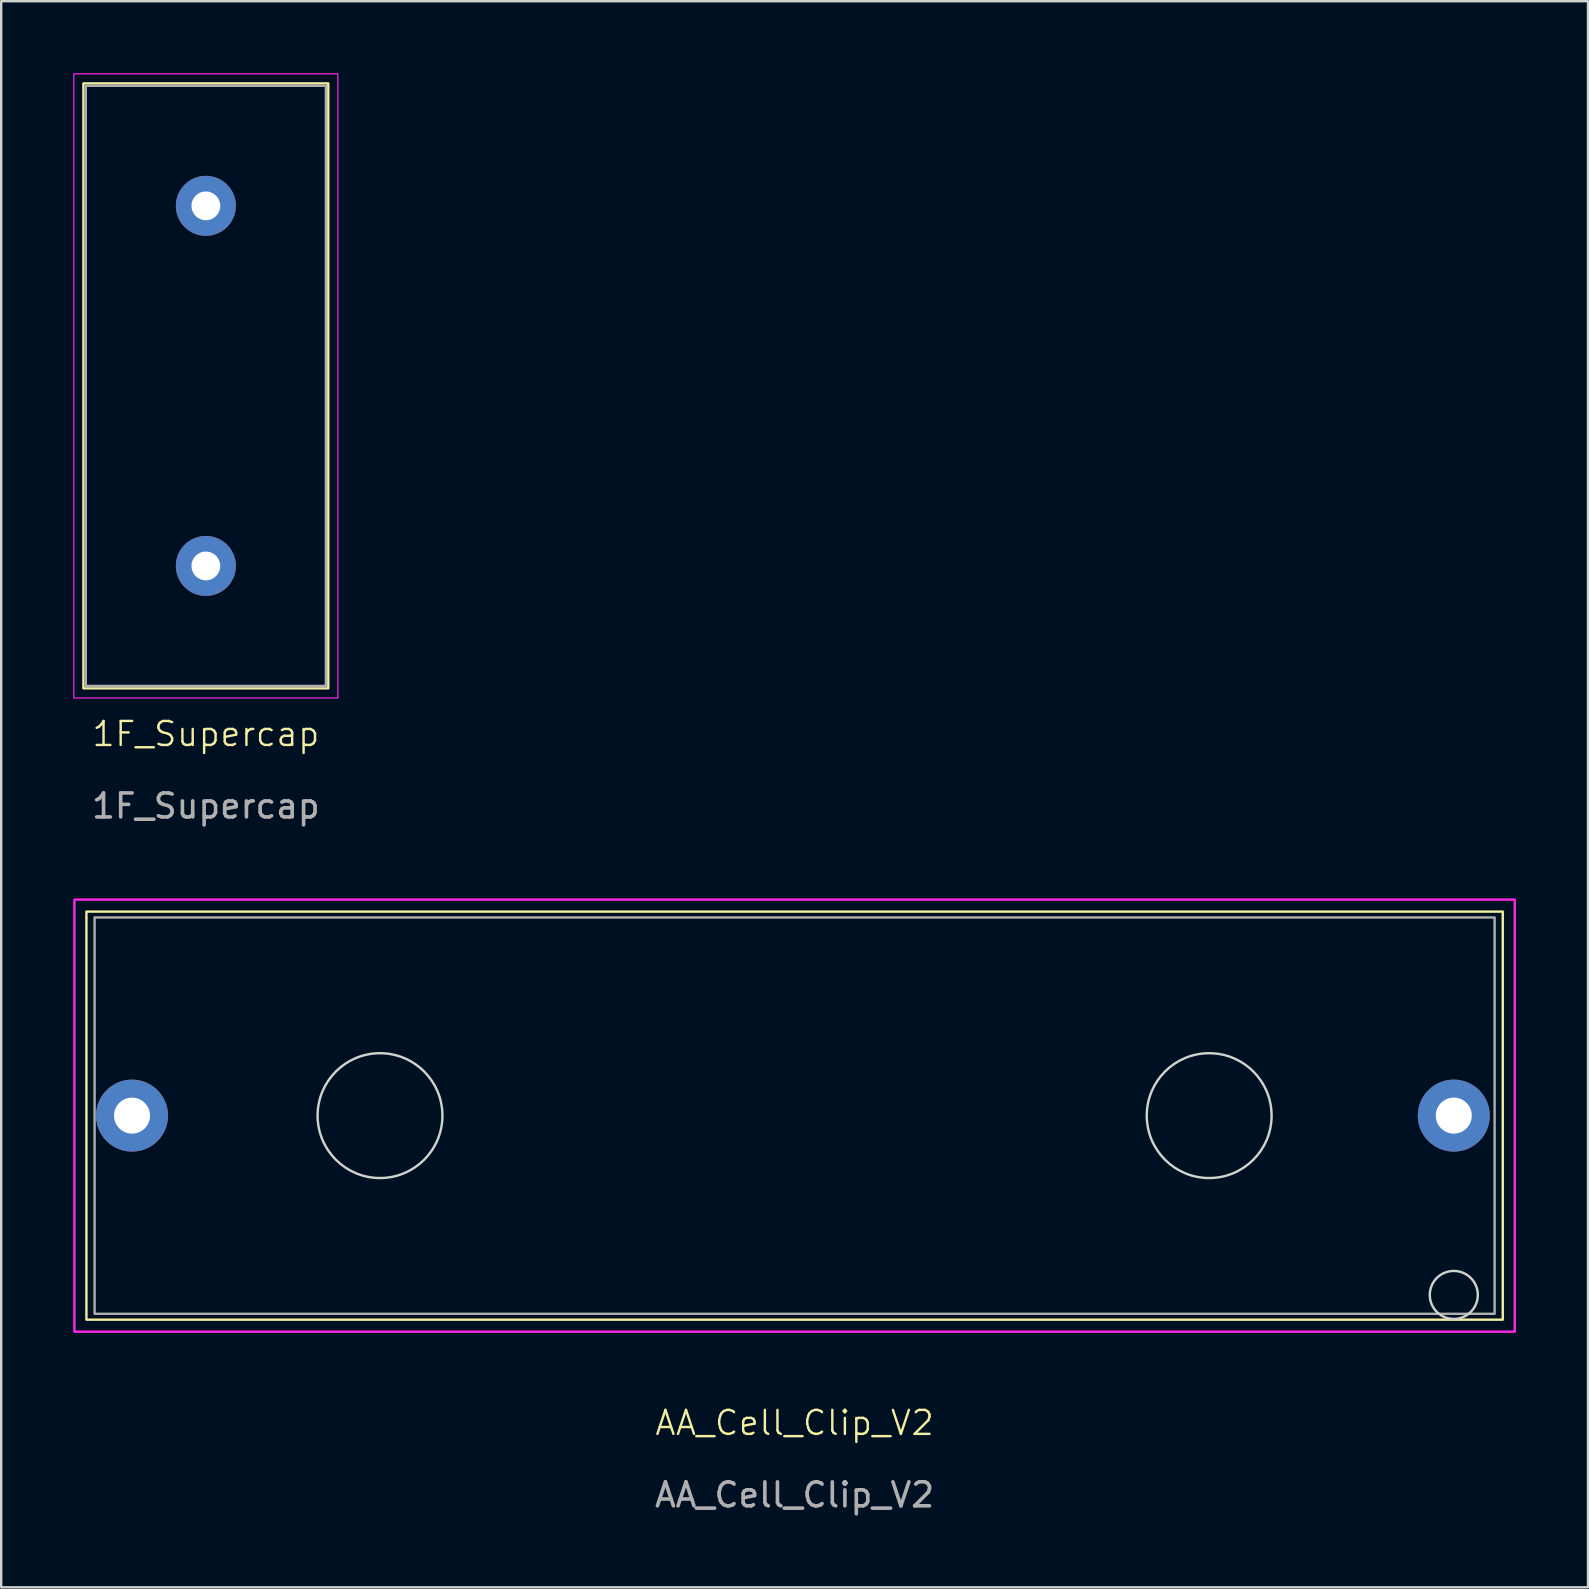
<source format=kicad_pcb>
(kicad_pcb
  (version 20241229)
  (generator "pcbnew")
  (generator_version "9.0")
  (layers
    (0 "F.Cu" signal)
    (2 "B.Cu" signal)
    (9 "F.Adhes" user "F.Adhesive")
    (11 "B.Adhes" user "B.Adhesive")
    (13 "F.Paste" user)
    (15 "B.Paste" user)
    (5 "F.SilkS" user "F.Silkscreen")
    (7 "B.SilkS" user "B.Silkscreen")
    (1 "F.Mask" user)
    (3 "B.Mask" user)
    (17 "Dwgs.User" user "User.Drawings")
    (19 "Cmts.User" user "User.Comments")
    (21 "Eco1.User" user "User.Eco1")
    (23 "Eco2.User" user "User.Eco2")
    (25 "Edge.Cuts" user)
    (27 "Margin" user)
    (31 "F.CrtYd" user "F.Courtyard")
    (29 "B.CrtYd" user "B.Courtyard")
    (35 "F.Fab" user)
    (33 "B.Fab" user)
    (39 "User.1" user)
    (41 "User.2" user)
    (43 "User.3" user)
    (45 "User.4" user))
  (footprint "AA_Cell_Clip_V2"
    (layer "F.Cu")
    (at 30.05 43.423)
    (property "Reference" "AA_Cell_Clip_V2" (at 0 12.8 0) (unlocked yes) (layer "F.SilkS") (effects (font (size 1 1) (thickness 0.1))))
    (attr through_hole)
    (fp_rect (start -29.5 -8.5) (end 29.5 8.5) (stroke (width 0.1) (type solid)) (fill no) (layer "F.SilkS"))
    (fp_circle (center -17.27 0) (end -14.67 0) (stroke (width 0.1) (type solid)) (fill no) (layer "Edge.Cuts"))
    (fp_circle (center 17.27 0) (end 19.87 0) (stroke (width 0.1) (type solid)) (fill no) (layer "Edge.Cuts"))
    (fp_circle (center 27.46 7.47) (end 28.46 7.47) (stroke (width 0.1) (type solid)) (fill no) (layer "Edge.Cuts"))
    (fp_rect (start -30 -9) (end 30 9) (stroke (width 0.1) (type solid)) (fill no) (layer "F.CrtYd"))
    (fp_rect (start -29.16 -8.255) (end 29.16 8.255) (stroke (width 0.1) (type solid)) (fill no) (layer "F.Fab"))
    (fp_text user "${REFERENCE}" (at 0 15.8 0) (unlocked yes) (layer "F.Fab") (effects (font (size 1 1) (thickness 0.15))))
    (pad "1" thru_hole circle (at 27.46 0) (size 3 3) (drill 1.5) (layers "*.Cu" "*.Mask"))
    (pad "2" thru_hole circle (at -27.6 0) (size 3 3) (drill 1.5) (layers "*.Cu" "*.Mask")))
  (footprint "1F_Supercap"
    (layer "F.Cu")
    (at 5.525 13.025)
    (property "Reference" "1F_Supercap" (at 0 14.5 0) (unlocked yes) (layer "F.SilkS") (effects (font (size 1 1) (thickness 0.1))))
    (attr through_hole)
    (fp_rect (start -5.1 -12.6) (end 5.1 12.6) (stroke (width 0.1) (type default)) (fill no) (layer "F.SilkS"))
    (fp_rect (start -5.5 -13) (end 5.5 13) (stroke (width 0.05) (type default)) (fill no) (layer "F.CrtYd"))
    (fp_rect (start -5 -12.5) (end 5 12.5) (stroke (width 0.1) (type default)) (fill no) (layer "F.Fab"))
    (fp_text user "${REFERENCE}" (at 0 17.5 0) (unlocked yes) (layer "F.Fab") (effects (font (size 1 1) (thickness 0.15))))
    (pad "1" thru_hole circle (at 0 -7.5) (size 2.5 2.5) (drill 1.2) (layers "*.Cu" "*.Mask"))
    (pad "2" thru_hole circle (at 0 7.5) (size 2.5 2.5) (drill 1.2) (layers "*.Cu" "*.Mask")))
  (gr_rect
    (start -3 -3)
    (end 63.1 63.072)
    (stroke (width 0.1) (type default))
    (fill no)
    (layer "Edge.Cuts")))
</source>
